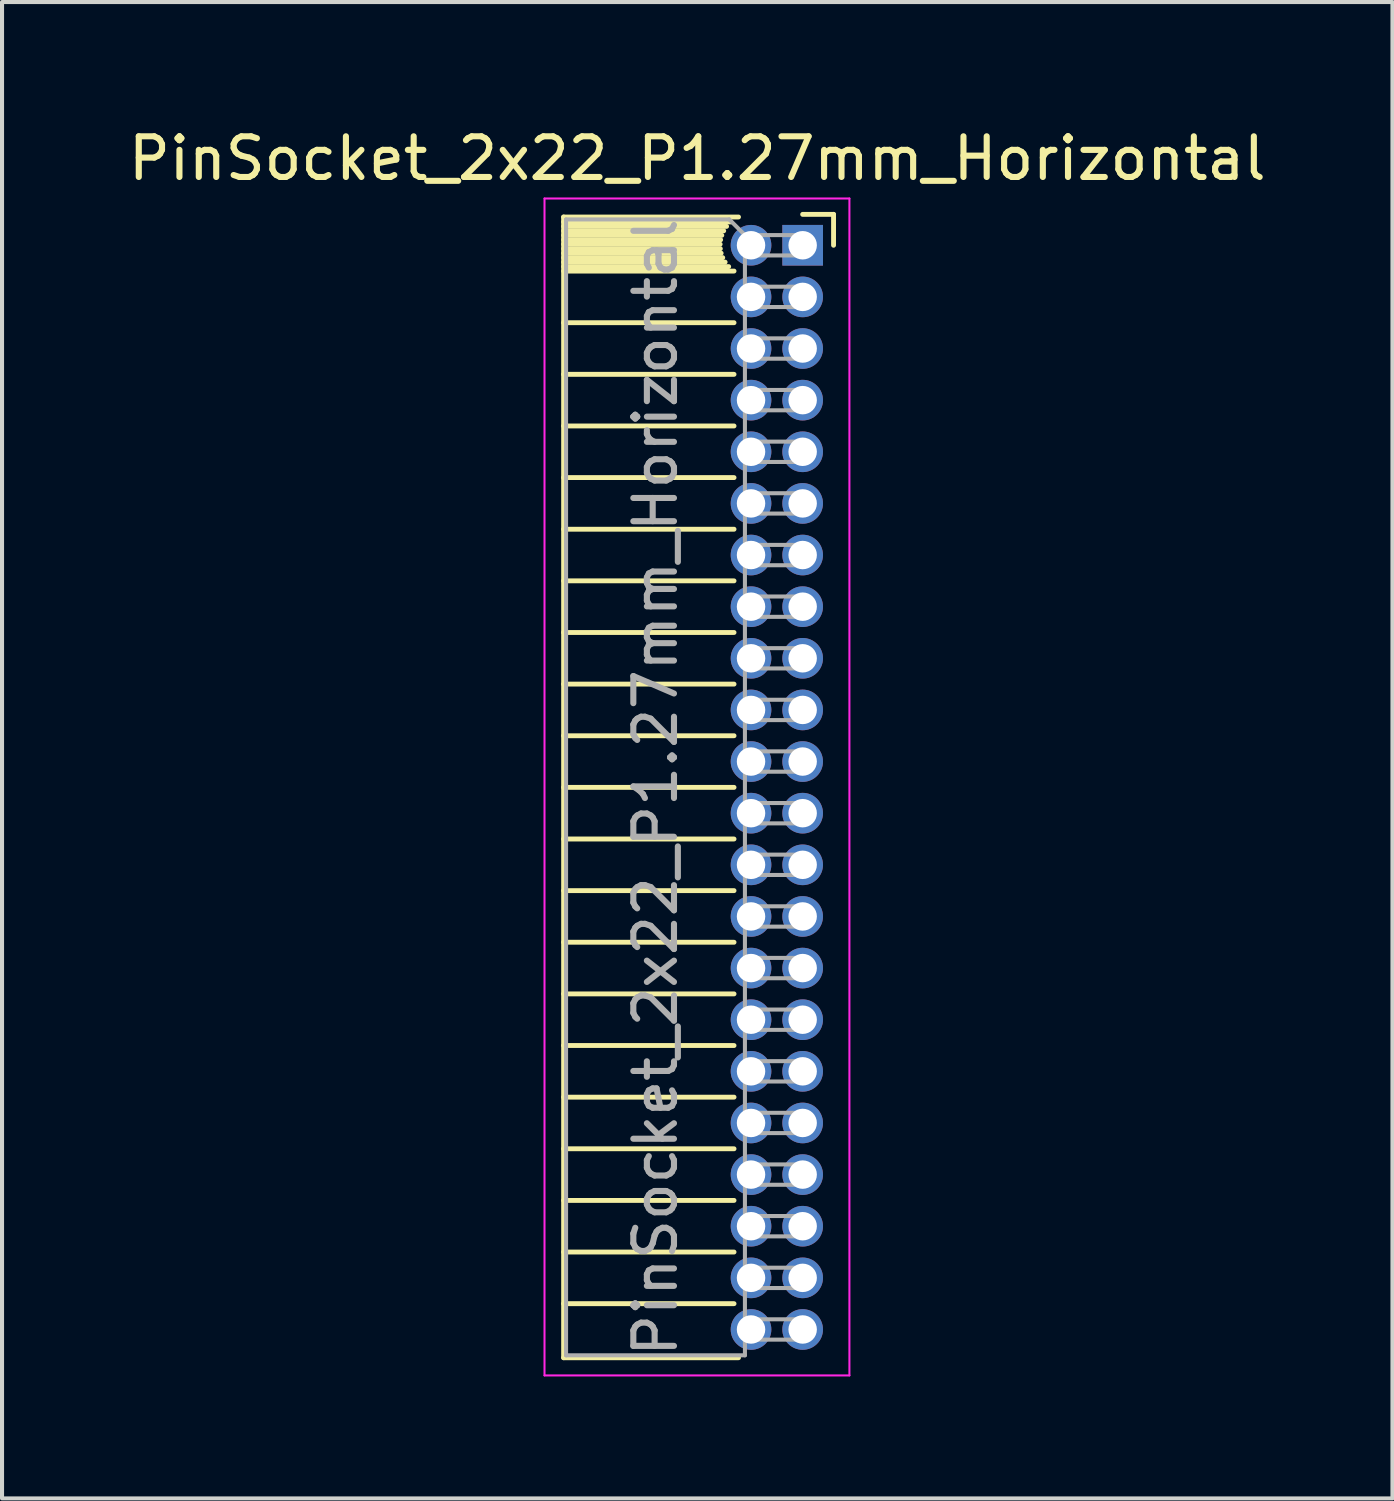
<source format=kicad_pcb>
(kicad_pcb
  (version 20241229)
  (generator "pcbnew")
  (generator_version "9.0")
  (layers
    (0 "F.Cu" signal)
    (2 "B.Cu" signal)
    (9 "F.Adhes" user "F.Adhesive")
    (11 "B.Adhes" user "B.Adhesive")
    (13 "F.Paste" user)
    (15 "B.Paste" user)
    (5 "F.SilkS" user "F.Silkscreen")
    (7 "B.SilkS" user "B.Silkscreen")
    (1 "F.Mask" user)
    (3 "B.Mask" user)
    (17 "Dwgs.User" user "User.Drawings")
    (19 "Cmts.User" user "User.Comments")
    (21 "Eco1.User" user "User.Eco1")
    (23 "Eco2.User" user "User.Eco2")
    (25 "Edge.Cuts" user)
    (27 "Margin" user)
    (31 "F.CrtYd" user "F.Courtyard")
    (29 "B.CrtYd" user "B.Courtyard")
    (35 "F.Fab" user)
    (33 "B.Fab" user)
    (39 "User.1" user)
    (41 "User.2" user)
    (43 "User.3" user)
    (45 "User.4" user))
  (footprint "PinSocket_2x22_P1.27mm_Horizontal"
    (layer "F.Cu")
    (at 16.694 2.983)
    (property "Reference" "PinSocket_2x22_P1.27mm_Horizontal" (at -2.592 -2.135 0) (layer "F.SilkS") (effects (font (size 1 1) (thickness 0.15))))
    (attr through_hole)
    (fp_line (start -5.88 -0.695) (end -5.88 27.365) (stroke (width 0.12) (type solid)) (layer "F.SilkS"))
    (fp_line (start -5.88 -0.695) (end -1.578 -0.695) (stroke (width 0.12) (type solid)) (layer "F.SilkS"))
    (fp_line (start -5.88 -0.575) (end -1.767 -0.575) (stroke (width 0.12) (type solid)) (layer "F.SilkS"))
    (fp_line (start -5.88 -0.465) (end -1.871 -0.465) (stroke (width 0.12) (type solid)) (layer "F.SilkS"))
    (fp_line (start -5.88 -0.355) (end -1.942 -0.355) (stroke (width 0.12) (type solid)) (layer "F.SilkS"))
    (fp_line (start -5.88 -0.245) (end -1.989 -0.245) (stroke (width 0.12) (type solid)) (layer "F.SilkS"))
    (fp_line (start -5.88 -0.135) (end -2.018 -0.135) (stroke (width 0.12) (type solid)) (layer "F.SilkS"))
    (fp_line (start -5.88 -0.025) (end -2.03 -0.025) (stroke (width 0.12) (type solid)) (layer "F.SilkS"))
    (fp_line (start -5.88 0.085) (end -2.025 0.085) (stroke (width 0.12) (type solid)) (layer "F.SilkS"))
    (fp_line (start -5.88 0.195) (end -2.005 0.195) (stroke (width 0.12) (type solid)) (layer "F.SilkS"))
    (fp_line (start -5.88 0.305) (end -1.966 0.305) (stroke (width 0.12) (type solid)) (layer "F.SilkS"))
    (fp_line (start -5.88 0.415) (end -1.907 0.415) (stroke (width 0.12) (type solid)) (layer "F.SilkS"))
    (fp_line (start -5.88 0.525) (end -1.82 0.525) (stroke (width 0.12) (type solid)) (layer "F.SilkS"))
    (fp_line (start -5.88 0.635) (end -1.688 0.635) (stroke (width 0.12) (type solid)) (layer "F.SilkS"))
    (fp_line (start -5.88 1.905) (end -1.688 1.905) (stroke (width 0.12) (type solid)) (layer "F.SilkS"))
    (fp_line (start -5.88 3.175) (end -1.688 3.175) (stroke (width 0.12) (type solid)) (layer "F.SilkS"))
    (fp_line (start -5.88 4.445) (end -1.688 4.445) (stroke (width 0.12) (type solid)) (layer "F.SilkS"))
    (fp_line (start -5.88 5.715) (end -1.688 5.715) (stroke (width 0.12) (type solid)) (layer "F.SilkS"))
    (fp_line (start -5.88 6.985) (end -1.688 6.985) (stroke (width 0.12) (type solid)) (layer "F.SilkS"))
    (fp_line (start -5.88 8.255) (end -1.688 8.255) (stroke (width 0.12) (type solid)) (layer "F.SilkS"))
    (fp_line (start -5.88 9.525) (end -1.688 9.525) (stroke (width 0.12) (type solid)) (layer "F.SilkS"))
    (fp_line (start -5.88 10.795) (end -1.688 10.795) (stroke (width 0.12) (type solid)) (layer "F.SilkS"))
    (fp_line (start -5.88 12.065) (end -1.688 12.065) (stroke (width 0.12) (type solid)) (layer "F.SilkS"))
    (fp_line (start -5.88 13.335) (end -1.688 13.335) (stroke (width 0.12) (type solid)) (layer "F.SilkS"))
    (fp_line (start -5.88 14.605) (end -1.688 14.605) (stroke (width 0.12) (type solid)) (layer "F.SilkS"))
    (fp_line (start -5.88 15.875) (end -1.688 15.875) (stroke (width 0.12) (type solid)) (layer "F.SilkS"))
    (fp_line (start -5.88 17.145) (end -1.688 17.145) (stroke (width 0.12) (type solid)) (layer "F.SilkS"))
    (fp_line (start -5.88 18.415) (end -1.688 18.415) (stroke (width 0.12) (type solid)) (layer "F.SilkS"))
    (fp_line (start -5.88 19.685) (end -1.688 19.685) (stroke (width 0.12) (type solid)) (layer "F.SilkS"))
    (fp_line (start -5.88 20.955) (end -1.688 20.955) (stroke (width 0.12) (type solid)) (layer "F.SilkS"))
    (fp_line (start -5.88 22.225) (end -1.688 22.225) (stroke (width 0.12) (type solid)) (layer "F.SilkS"))
    (fp_line (start -5.88 23.495) (end -1.688 23.495) (stroke (width 0.12) (type solid)) (layer "F.SilkS"))
    (fp_line (start -5.88 24.765) (end -1.688 24.765) (stroke (width 0.12) (type solid)) (layer "F.SilkS"))
    (fp_line (start -5.88 26.035) (end -1.688 26.035) (stroke (width 0.12) (type solid)) (layer "F.SilkS"))
    (fp_line (start -5.88 27.365) (end -1.578 27.365) (stroke (width 0.12) (type solid)) (layer "F.SilkS"))
    (fp_line (start 0 -0.76) (end 0.76 -0.76) (stroke (width 0.12) (type solid)) (layer "F.SilkS"))
    (fp_line (start 0.76 -0.76) (end 0.76 0) (stroke (width 0.12) (type solid)) (layer "F.SilkS"))
    (fp_line (start -6.35 -1.15) (end -6.35 27.8) (stroke (width 0.05) (type solid)) (layer "F.CrtYd"))
    (fp_line (start -6.35 27.8) (end 1.15 27.8) (stroke (width 0.05) (type solid)) (layer "F.CrtYd"))
    (fp_line (start 1.15 -1.15) (end -6.35 -1.15) (stroke (width 0.05) (type solid)) (layer "F.CrtYd"))
    (fp_line (start 1.15 27.8) (end 1.15 -1.15) (stroke (width 0.05) (type solid)) (layer "F.CrtYd"))
    (fp_line (start -5.82 -0.635) (end -1.805 -0.635) (stroke (width 0.1) (type solid)) (layer "F.Fab"))
    (fp_line (start -5.82 27.305) (end -5.82 -0.635) (stroke (width 0.1) (type solid)) (layer "F.Fab"))
    (fp_line (start -1.805 -0.635) (end -1.42 -0.25) (stroke (width 0.1) (type solid)) (layer "F.Fab"))
    (fp_line (start -1.42 -0.25) (end -1.42 27.305) (stroke (width 0.1) (type solid)) (layer "F.Fab"))
    (fp_line (start -1.42 0.25) (end 0 0.25) (stroke (width 0.1) (type solid)) (layer "F.Fab"))
    (fp_line (start -1.42 1.52) (end 0 1.52) (stroke (width 0.1) (type solid)) (layer "F.Fab"))
    (fp_line (start -1.42 2.79) (end 0 2.79) (stroke (width 0.1) (type solid)) (layer "F.Fab"))
    (fp_line (start -1.42 4.06) (end 0 4.06) (stroke (width 0.1) (type solid)) (layer "F.Fab"))
    (fp_line (start -1.42 5.33) (end 0 5.33) (stroke (width 0.1) (type solid)) (layer "F.Fab"))
    (fp_line (start -1.42 6.6) (end 0 6.6) (stroke (width 0.1) (type solid)) (layer "F.Fab"))
    (fp_line (start -1.42 7.87) (end 0 7.87) (stroke (width 0.1) (type solid)) (layer "F.Fab"))
    (fp_line (start -1.42 9.14) (end 0 9.14) (stroke (width 0.1) (type solid)) (layer "F.Fab"))
    (fp_line (start -1.42 10.41) (end 0 10.41) (stroke (width 0.1) (type solid)) (layer "F.Fab"))
    (fp_line (start -1.42 11.68) (end 0 11.68) (stroke (width 0.1) (type solid)) (layer "F.Fab"))
    (fp_line (start -1.42 12.95) (end 0 12.95) (stroke (width 0.1) (type solid)) (layer "F.Fab"))
    (fp_line (start -1.42 14.22) (end 0 14.22) (stroke (width 0.1) (type solid)) (layer "F.Fab"))
    (fp_line (start -1.42 15.49) (end 0 15.49) (stroke (width 0.1) (type solid)) (layer "F.Fab"))
    (fp_line (start -1.42 16.76) (end 0 16.76) (stroke (width 0.1) (type solid)) (layer "F.Fab"))
    (fp_line (start -1.42 18.03) (end 0 18.03) (stroke (width 0.1) (type solid)) (layer "F.Fab"))
    (fp_line (start -1.42 19.3) (end 0 19.3) (stroke (width 0.1) (type solid)) (layer "F.Fab"))
    (fp_line (start -1.42 20.57) (end 0 20.57) (stroke (width 0.1) (type solid)) (layer "F.Fab"))
    (fp_line (start -1.42 21.84) (end 0 21.84) (stroke (width 0.1) (type solid)) (layer "F.Fab"))
    (fp_line (start -1.42 23.11) (end 0 23.11) (stroke (width 0.1) (type solid)) (layer "F.Fab"))
    (fp_line (start -1.42 24.38) (end 0 24.38) (stroke (width 0.1) (type solid)) (layer "F.Fab"))
    (fp_line (start -1.42 25.65) (end 0 25.65) (stroke (width 0.1) (type solid)) (layer "F.Fab"))
    (fp_line (start -1.42 26.92) (end 0 26.92) (stroke (width 0.1) (type solid)) (layer "F.Fab"))
    (fp_line (start -1.42 27.305) (end -5.82 27.305) (stroke (width 0.1) (type solid)) (layer "F.Fab"))
    (fp_line (start 0 -0.25) (end -1.42 -0.25) (stroke (width 0.1) (type solid)) (layer "F.Fab"))
    (fp_line (start 0 0.25) (end 0 -0.25) (stroke (width 0.1) (type solid)) (layer "F.Fab"))
    (fp_line (start 0 1.02) (end -1.42 1.02) (stroke (width 0.1) (type solid)) (layer "F.Fab"))
    (fp_line (start 0 1.52) (end 0 1.02) (stroke (width 0.1) (type solid)) (layer "F.Fab"))
    (fp_line (start 0 2.29) (end -1.42 2.29) (stroke (width 0.1) (type solid)) (layer "F.Fab"))
    (fp_line (start 0 2.79) (end 0 2.29) (stroke (width 0.1) (type solid)) (layer "F.Fab"))
    (fp_line (start 0 3.56) (end -1.42 3.56) (stroke (width 0.1) (type solid)) (layer "F.Fab"))
    (fp_line (start 0 4.06) (end 0 3.56) (stroke (width 0.1) (type solid)) (layer "F.Fab"))
    (fp_line (start 0 4.83) (end -1.42 4.83) (stroke (width 0.1) (type solid)) (layer "F.Fab"))
    (fp_line (start 0 5.33) (end 0 4.83) (stroke (width 0.1) (type solid)) (layer "F.Fab"))
    (fp_line (start 0 6.1) (end -1.42 6.1) (stroke (width 0.1) (type solid)) (layer "F.Fab"))
    (fp_line (start 0 6.6) (end 0 6.1) (stroke (width 0.1) (type solid)) (layer "F.Fab"))
    (fp_line (start 0 7.37) (end -1.42 7.37) (stroke (width 0.1) (type solid)) (layer "F.Fab"))
    (fp_line (start 0 7.87) (end 0 7.37) (stroke (width 0.1) (type solid)) (layer "F.Fab"))
    (fp_line (start 0 8.64) (end -1.42 8.64) (stroke (width 0.1) (type solid)) (layer "F.Fab"))
    (fp_line (start 0 9.14) (end 0 8.64) (stroke (width 0.1) (type solid)) (layer "F.Fab"))
    (fp_line (start 0 9.91) (end -1.42 9.91) (stroke (width 0.1) (type solid)) (layer "F.Fab"))
    (fp_line (start 0 10.41) (end 0 9.91) (stroke (width 0.1) (type solid)) (layer "F.Fab"))
    (fp_line (start 0 11.18) (end -1.42 11.18) (stroke (width 0.1) (type solid)) (layer "F.Fab"))
    (fp_line (start 0 11.68) (end 0 11.18) (stroke (width 0.1) (type solid)) (layer "F.Fab"))
    (fp_line (start 0 12.45) (end -1.42 12.45) (stroke (width 0.1) (type solid)) (layer "F.Fab"))
    (fp_line (start 0 12.95) (end 0 12.45) (stroke (width 0.1) (type solid)) (layer "F.Fab"))
    (fp_line (start 0 13.72) (end -1.42 13.72) (stroke (width 0.1) (type solid)) (layer "F.Fab"))
    (fp_line (start 0 14.22) (end 0 13.72) (stroke (width 0.1) (type solid)) (layer "F.Fab"))
    (fp_line (start 0 14.99) (end -1.42 14.99) (stroke (width 0.1) (type solid)) (layer "F.Fab"))
    (fp_line (start 0 15.49) (end 0 14.99) (stroke (width 0.1) (type solid)) (layer "F.Fab"))
    (fp_line (start 0 16.26) (end -1.42 16.26) (stroke (width 0.1) (type solid)) (layer "F.Fab"))
    (fp_line (start 0 16.76) (end 0 16.26) (stroke (width 0.1) (type solid)) (layer "F.Fab"))
    (fp_line (start 0 17.53) (end -1.42 17.53) (stroke (width 0.1) (type solid)) (layer "F.Fab"))
    (fp_line (start 0 18.03) (end 0 17.53) (stroke (width 0.1) (type solid)) (layer "F.Fab"))
    (fp_line (start 0 18.8) (end -1.42 18.8) (stroke (width 0.1) (type solid)) (layer "F.Fab"))
    (fp_line (start 0 19.3) (end 0 18.8) (stroke (width 0.1) (type solid)) (layer "F.Fab"))
    (fp_line (start 0 20.07) (end -1.42 20.07) (stroke (width 0.1) (type solid)) (layer "F.Fab"))
    (fp_line (start 0 20.57) (end 0 20.07) (stroke (width 0.1) (type solid)) (layer "F.Fab"))
    (fp_line (start 0 21.34) (end -1.42 21.34) (stroke (width 0.1) (type solid)) (layer "F.Fab"))
    (fp_line (start 0 21.84) (end 0 21.34) (stroke (width 0.1) (type solid)) (layer "F.Fab"))
    (fp_line (start 0 22.61) (end -1.42 22.61) (stroke (width 0.1) (type solid)) (layer "F.Fab"))
    (fp_line (start 0 23.11) (end 0 22.61) (stroke (width 0.1) (type solid)) (layer "F.Fab"))
    (fp_line (start 0 23.88) (end -1.42 23.88) (stroke (width 0.1) (type solid)) (layer "F.Fab"))
    (fp_line (start 0 24.38) (end 0 23.88) (stroke (width 0.1) (type solid)) (layer "F.Fab"))
    (fp_line (start 0 25.15) (end -1.42 25.15) (stroke (width 0.1) (type solid)) (layer "F.Fab"))
    (fp_line (start 0 25.65) (end 0 25.15) (stroke (width 0.1) (type solid)) (layer "F.Fab"))
    (fp_line (start 0 26.42) (end -1.42 26.42) (stroke (width 0.1) (type solid)) (layer "F.Fab"))
    (fp_line (start 0 26.92) (end 0 26.42) (stroke (width 0.1) (type solid)) (layer "F.Fab"))
    (fp_text user "${REFERENCE}" (at -3.62 13.335 90) (layer "F.Fab") (effects (font (size 1 1) (thickness 0.15))))
    (pad "1" thru_hole rect (at 0 0) (size 1 1) (drill 0.7) (layers "*.Cu" "*.Mask"))
    (pad "2" thru_hole oval (at -1.27 0) (size 1 1) (drill 0.7) (layers "*.Cu" "*.Mask"))
    (pad "3" thru_hole oval (at 0 1.27) (size 1 1) (drill 0.7) (layers "*.Cu" "*.Mask"))
    (pad "4" thru_hole oval (at -1.27 1.27) (size 1 1) (drill 0.7) (layers "*.Cu" "*.Mask"))
    (pad "5" thru_hole oval (at 0 2.54) (size 1 1) (drill 0.7) (layers "*.Cu" "*.Mask"))
    (pad "6" thru_hole oval (at -1.27 2.54) (size 1 1) (drill 0.7) (layers "*.Cu" "*.Mask"))
    (pad "7" thru_hole oval (at 0 3.81) (size 1 1) (drill 0.7) (layers "*.Cu" "*.Mask"))
    (pad "8" thru_hole oval (at -1.27 3.81) (size 1 1) (drill 0.7) (layers "*.Cu" "*.Mask"))
    (pad "9" thru_hole oval (at 0 5.08) (size 1 1) (drill 0.7) (layers "*.Cu" "*.Mask"))
    (pad "10" thru_hole oval (at -1.27 5.08) (size 1 1) (drill 0.7) (layers "*.Cu" "*.Mask"))
    (pad "11" thru_hole oval (at 0 6.35) (size 1 1) (drill 0.7) (layers "*.Cu" "*.Mask"))
    (pad "12" thru_hole oval (at -1.27 6.35) (size 1 1) (drill 0.7) (layers "*.Cu" "*.Mask"))
    (pad "13" thru_hole oval (at 0 7.62) (size 1 1) (drill 0.7) (layers "*.Cu" "*.Mask"))
    (pad "14" thru_hole oval (at -1.27 7.62) (size 1 1) (drill 0.7) (layers "*.Cu" "*.Mask"))
    (pad "15" thru_hole oval (at 0 8.89) (size 1 1) (drill 0.7) (layers "*.Cu" "*.Mask"))
    (pad "16" thru_hole oval (at -1.27 8.89) (size 1 1) (drill 0.7) (layers "*.Cu" "*.Mask"))
    (pad "17" thru_hole oval (at 0 10.16) (size 1 1) (drill 0.7) (layers "*.Cu" "*.Mask"))
    (pad "18" thru_hole oval (at -1.27 10.16) (size 1 1) (drill 0.7) (layers "*.Cu" "*.Mask"))
    (pad "19" thru_hole oval (at 0 11.43) (size 1 1) (drill 0.7) (layers "*.Cu" "*.Mask"))
    (pad "20" thru_hole oval (at -1.27 11.43) (size 1 1) (drill 0.7) (layers "*.Cu" "*.Mask"))
    (pad "21" thru_hole oval (at 0 12.7) (size 1 1) (drill 0.7) (layers "*.Cu" "*.Mask"))
    (pad "22" thru_hole oval (at -1.27 12.7) (size 1 1) (drill 0.7) (layers "*.Cu" "*.Mask"))
    (pad "23" thru_hole oval (at 0 13.97) (size 1 1) (drill 0.7) (layers "*.Cu" "*.Mask"))
    (pad "24" thru_hole oval (at -1.27 13.97) (size 1 1) (drill 0.7) (layers "*.Cu" "*.Mask"))
    (pad "25" thru_hole oval (at 0 15.24) (size 1 1) (drill 0.7) (layers "*.Cu" "*.Mask"))
    (pad "26" thru_hole oval (at -1.27 15.24) (size 1 1) (drill 0.7) (layers "*.Cu" "*.Mask"))
    (pad "27" thru_hole oval (at 0 16.51) (size 1 1) (drill 0.7) (layers "*.Cu" "*.Mask"))
    (pad "28" thru_hole oval (at -1.27 16.51) (size 1 1) (drill 0.7) (layers "*.Cu" "*.Mask"))
    (pad "29" thru_hole oval (at 0 17.78) (size 1 1) (drill 0.7) (layers "*.Cu" "*.Mask"))
    (pad "30" thru_hole oval (at -1.27 17.78) (size 1 1) (drill 0.7) (layers "*.Cu" "*.Mask"))
    (pad "31" thru_hole oval (at 0 19.05) (size 1 1) (drill 0.7) (layers "*.Cu" "*.Mask"))
    (pad "32" thru_hole oval (at -1.27 19.05) (size 1 1) (drill 0.7) (layers "*.Cu" "*.Mask"))
    (pad "33" thru_hole oval (at 0 20.32) (size 1 1) (drill 0.7) (layers "*.Cu" "*.Mask"))
    (pad "34" thru_hole oval (at -1.27 20.32) (size 1 1) (drill 0.7) (layers "*.Cu" "*.Mask"))
    (pad "35" thru_hole oval (at 0 21.59) (size 1 1) (drill 0.7) (layers "*.Cu" "*.Mask"))
    (pad "36" thru_hole oval (at -1.27 21.59) (size 1 1) (drill 0.7) (layers "*.Cu" "*.Mask"))
    (pad "37" thru_hole oval (at 0 22.86) (size 1 1) (drill 0.7) (layers "*.Cu" "*.Mask"))
    (pad "38" thru_hole oval (at -1.27 22.86) (size 1 1) (drill 0.7) (layers "*.Cu" "*.Mask"))
    (pad "39" thru_hole oval (at 0 24.13) (size 1 1) (drill 0.7) (layers "*.Cu" "*.Mask"))
    (pad "40" thru_hole oval (at -1.27 24.13) (size 1 1) (drill 0.7) (layers "*.Cu" "*.Mask"))
    (pad "41" thru_hole oval (at 0 25.4) (size 1 1) (drill 0.7) (layers "*.Cu" "*.Mask"))
    (pad "42" thru_hole oval (at -1.27 25.4) (size 1 1) (drill 0.7) (layers "*.Cu" "*.Mask"))
    (pad "43" thru_hole oval (at 0 26.67) (size 1 1) (drill 0.7) (layers "*.Cu" "*.Mask"))
    (pad "44" thru_hole oval (at -1.27 26.67) (size 1 1) (drill 0.7) (layers "*.Cu" "*.Mask")))
  (gr_rect
    (start -3 -3)
    (end 31.202 33.808)
    (stroke (width 0.1) (type default))
    (fill no)
    (layer "Edge.Cuts")))
</source>
